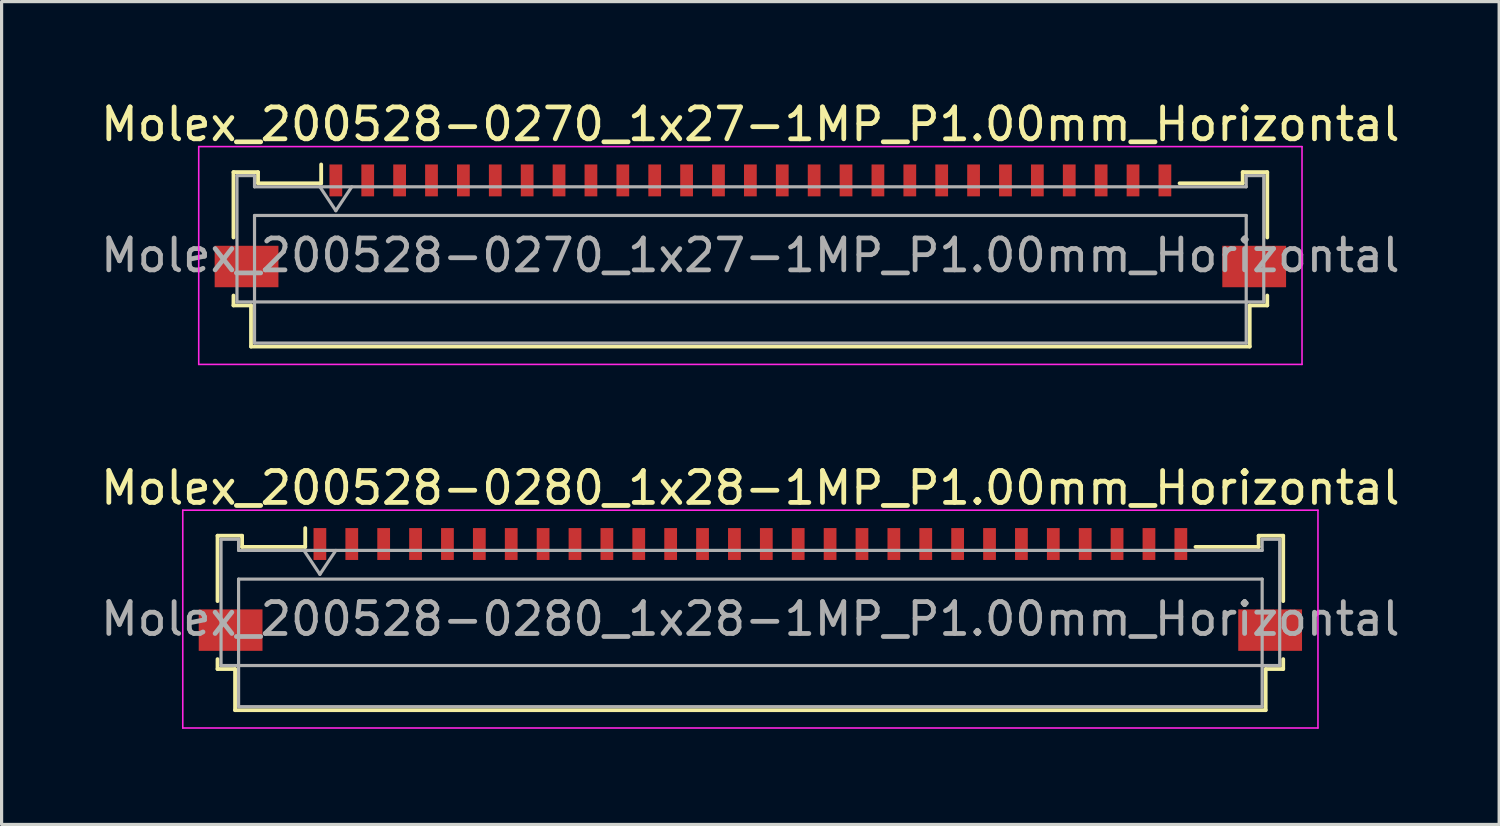
<source format=kicad_pcb>
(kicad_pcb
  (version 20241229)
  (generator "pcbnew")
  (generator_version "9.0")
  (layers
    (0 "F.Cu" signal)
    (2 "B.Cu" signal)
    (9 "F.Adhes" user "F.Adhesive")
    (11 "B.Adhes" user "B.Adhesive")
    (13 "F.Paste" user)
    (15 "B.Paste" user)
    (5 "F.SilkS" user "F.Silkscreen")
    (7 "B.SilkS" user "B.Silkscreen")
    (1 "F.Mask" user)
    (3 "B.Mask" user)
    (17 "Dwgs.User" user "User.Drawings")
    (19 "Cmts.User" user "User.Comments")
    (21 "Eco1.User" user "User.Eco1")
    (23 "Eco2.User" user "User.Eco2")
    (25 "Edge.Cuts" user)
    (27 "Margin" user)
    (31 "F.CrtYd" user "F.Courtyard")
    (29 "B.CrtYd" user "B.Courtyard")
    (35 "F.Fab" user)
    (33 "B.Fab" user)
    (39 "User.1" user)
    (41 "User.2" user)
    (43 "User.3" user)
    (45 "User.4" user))
  (footprint "Molex_200528-0280_1x28-1MP_P1.00mm_Horizontal"
    (layer "F.Cu")
    (at 20.482 14.921)
    (property "Reference" "Molex_200528-0280_1x28-1MP_P1.00mm_Horizontal" (at 0 -2.67 0) (layer "F.SilkS") (effects (font (size 1 1) (thickness 0.15))))
    (attr smd)
    (fp_line (start -16.71 -1.17) (end -16.71 0.88) (stroke (width 0.12) (type solid)) (layer "F.SilkS"))
    (fp_line (start -16.71 2.7) (end -16.71 3.01) (stroke (width 0.12) (type solid)) (layer "F.SilkS"))
    (fp_line (start -16.71 3.01) (end -16.16 3.01) (stroke (width 0.12) (type solid)) (layer "F.SilkS"))
    (fp_line (start -16.16 3.01) (end -16.16 4.3) (stroke (width 0.12) (type solid)) (layer "F.SilkS"))
    (fp_line (start -16.16 4.3) (end 16.16 4.3) (stroke (width 0.12) (type solid)) (layer "F.SilkS"))
    (fp_line (start -15.94 -1.17) (end -16.71 -1.17) (stroke (width 0.12) (type solid)) (layer "F.SilkS"))
    (fp_line (start -15.94 -0.82) (end -15.94 -1.17) (stroke (width 0.12) (type solid)) (layer "F.SilkS"))
    (fp_line (start -13.96 -1.41) (end -13.96 -0.82) (stroke (width 0.12) (type solid)) (layer "F.SilkS"))
    (fp_line (start -13.96 -0.82) (end -15.94 -0.82) (stroke (width 0.12) (type solid)) (layer "F.SilkS"))
    (fp_line (start 15.94 -1.17) (end 15.94 -0.82) (stroke (width 0.12) (type solid)) (layer "F.SilkS"))
    (fp_line (start 15.94 -0.82) (end 13.96 -0.82) (stroke (width 0.12) (type solid)) (layer "F.SilkS"))
    (fp_line (start 16.16 3.01) (end 16.71 3.01) (stroke (width 0.12) (type solid)) (layer "F.SilkS"))
    (fp_line (start 16.16 4.3) (end 16.16 3.01) (stroke (width 0.12) (type solid)) (layer "F.SilkS"))
    (fp_line (start 16.71 -1.17) (end 15.94 -1.17) (stroke (width 0.12) (type solid)) (layer "F.SilkS"))
    (fp_line (start 16.71 0.88) (end 16.71 -1.17) (stroke (width 0.12) (type solid)) (layer "F.SilkS"))
    (fp_line (start 16.71 3.01) (end 16.71 2.7) (stroke (width 0.12) (type solid)) (layer "F.SilkS"))
    (fp_line (start -17.8 -1.97) (end -17.8 4.86) (stroke (width 0.05) (type solid)) (layer "F.CrtYd"))
    (fp_line (start -17.8 4.86) (end 17.8 4.86) (stroke (width 0.05) (type solid)) (layer "F.CrtYd"))
    (fp_line (start 17.8 -1.97) (end -17.8 -1.97) (stroke (width 0.05) (type solid)) (layer "F.CrtYd"))
    (fp_line (start 17.8 4.86) (end 17.8 -1.97) (stroke (width 0.05) (type solid)) (layer "F.CrtYd"))
    (fp_line (start -16.6 -1.06) (end -16.6 2.9) (stroke (width 0.1) (type solid)) (layer "F.Fab"))
    (fp_line (start -16.6 2.9) (end 16.6 2.9) (stroke (width 0.1) (type solid)) (layer "F.Fab"))
    (fp_line (start -16.05 -1.06) (end -16.6 -1.06) (stroke (width 0.1) (type solid)) (layer "F.Fab"))
    (fp_line (start -16.05 -0.71) (end -16.05 -1.06) (stroke (width 0.1) (type solid)) (layer "F.Fab"))
    (fp_line (start -16.05 0.19) (end -16.05 4.19) (stroke (width 0.1) (type solid)) (layer "F.Fab"))
    (fp_line (start -16.05 4.19) (end 16.05 4.19) (stroke (width 0.1) (type solid)) (layer "F.Fab"))
    (fp_line (start -14 -0.71) (end -13.5 0.04) (stroke (width 0.1) (type solid)) (layer "F.Fab"))
    (fp_line (start -13.5 0.04) (end -13 -0.71) (stroke (width 0.1) (type solid)) (layer "F.Fab"))
    (fp_line (start 16.05 -1.06) (end 16.05 -0.71) (stroke (width 0.1) (type solid)) (layer "F.Fab"))
    (fp_line (start 16.05 -0.71) (end -16.05 -0.71) (stroke (width 0.1) (type solid)) (layer "F.Fab"))
    (fp_line (start 16.05 0.19) (end -16.05 0.19) (stroke (width 0.1) (type solid)) (layer "F.Fab"))
    (fp_line (start 16.05 4.19) (end 16.05 0.19) (stroke (width 0.1) (type solid)) (layer "F.Fab"))
    (fp_line (start 16.6 -1.06) (end 16.05 -1.06) (stroke (width 0.1) (type solid)) (layer "F.Fab"))
    (fp_line (start 16.6 2.9) (end 16.6 -1.06) (stroke (width 0.1) (type solid)) (layer "F.Fab"))
    (fp_text user "${REFERENCE}" (at 0 1.44 0) (layer "F.Fab") (effects (font (size 1 1) (thickness 0.15))))
    (pad "1" smd rect (at -13.5 -0.91) (size 0.4 1) (layers "F.Cu" "F.Mask" "F.Paste"))
    (pad "2" smd rect (at -12.5 -0.91) (size 0.4 1) (layers "F.Cu" "F.Mask" "F.Paste"))
    (pad "3" smd rect (at -11.5 -0.91) (size 0.4 1) (layers "F.Cu" "F.Mask" "F.Paste"))
    (pad "4" smd rect (at -10.5 -0.91) (size 0.4 1) (layers "F.Cu" "F.Mask" "F.Paste"))
    (pad "5" smd rect (at -9.5 -0.91) (size 0.4 1) (layers "F.Cu" "F.Mask" "F.Paste"))
    (pad "6" smd rect (at -8.5 -0.91) (size 0.4 1) (layers "F.Cu" "F.Mask" "F.Paste"))
    (pad "7" smd rect (at -7.5 -0.91) (size 0.4 1) (layers "F.Cu" "F.Mask" "F.Paste"))
    (pad "8" smd rect (at -6.5 -0.91) (size 0.4 1) (layers "F.Cu" "F.Mask" "F.Paste"))
    (pad "9" smd rect (at -5.5 -0.91) (size 0.4 1) (layers "F.Cu" "F.Mask" "F.Paste"))
    (pad "10" smd rect (at -4.5 -0.91) (size 0.4 1) (layers "F.Cu" "F.Mask" "F.Paste"))
    (pad "11" smd rect (at -3.5 -0.91) (size 0.4 1) (layers "F.Cu" "F.Mask" "F.Paste"))
    (pad "12" smd rect (at -2.5 -0.91) (size 0.4 1) (layers "F.Cu" "F.Mask" "F.Paste"))
    (pad "13" smd rect (at -1.5 -0.91) (size 0.4 1) (layers "F.Cu" "F.Mask" "F.Paste"))
    (pad "14" smd rect (at -0.5 -0.91) (size 0.4 1) (layers "F.Cu" "F.Mask" "F.Paste"))
    (pad "15" smd rect (at 0.5 -0.91) (size 0.4 1) (layers "F.Cu" "F.Mask" "F.Paste"))
    (pad "16" smd rect (at 1.5 -0.91) (size 0.4 1) (layers "F.Cu" "F.Mask" "F.Paste"))
    (pad "17" smd rect (at 2.5 -0.91) (size 0.4 1) (layers "F.Cu" "F.Mask" "F.Paste"))
    (pad "18" smd rect (at 3.5 -0.91) (size 0.4 1) (layers "F.Cu" "F.Mask" "F.Paste"))
    (pad "19" smd rect (at 4.5 -0.91) (size 0.4 1) (layers "F.Cu" "F.Mask" "F.Paste"))
    (pad "20" smd rect (at 5.5 -0.91) (size 0.4 1) (layers "F.Cu" "F.Mask" "F.Paste"))
    (pad "21" smd rect (at 6.5 -0.91) (size 0.4 1) (layers "F.Cu" "F.Mask" "F.Paste"))
    (pad "22" smd rect (at 7.5 -0.91) (size 0.4 1) (layers "F.Cu" "F.Mask" "F.Paste"))
    (pad "23" smd rect (at 8.5 -0.91) (size 0.4 1) (layers "F.Cu" "F.Mask" "F.Paste"))
    (pad "24" smd rect (at 9.5 -0.91) (size 0.4 1) (layers "F.Cu" "F.Mask" "F.Paste"))
    (pad "25" smd rect (at 10.5 -0.91) (size 0.4 1) (layers "F.Cu" "F.Mask" "F.Paste"))
    (pad "26" smd rect (at 11.5 -0.91) (size 0.4 1) (layers "F.Cu" "F.Mask" "F.Paste"))
    (pad "27" smd rect (at 12.5 -0.91) (size 0.4 1) (layers "F.Cu" "F.Mask" "F.Paste"))
    (pad "28" smd rect (at 13.5 -0.91) (size 0.4 1) (layers "F.Cu" "F.Mask" "F.Paste"))
    (pad "MP" smd rect (at -16.3 1.79) (size 2 1.3) (layers "F.Cu" "F.Mask" "F.Paste"))
    (pad "MP" smd rect (at 16.3 1.79) (size 2 1.3) (layers "F.Cu" "F.Mask" "F.Paste")))
  (footprint "Molex_200528-0270_1x27-1MP_P1.00mm_Horizontal"
    (layer "F.Cu")
    (at 20.482 3.518)
    (property "Reference" "Molex_200528-0270_1x27-1MP_P1.00mm_Horizontal" (at 0 -2.67 0) (layer "F.SilkS") (effects (font (size 1 1) (thickness 0.15))))
    (attr smd)
    (fp_line (start -16.21 -1.17) (end -16.21 0.88) (stroke (width 0.12) (type solid)) (layer "F.SilkS"))
    (fp_line (start -16.21 2.7) (end -16.21 3.01) (stroke (width 0.12) (type solid)) (layer "F.SilkS"))
    (fp_line (start -16.21 3.01) (end -15.66 3.01) (stroke (width 0.12) (type solid)) (layer "F.SilkS"))
    (fp_line (start -15.66 3.01) (end -15.66 4.3) (stroke (width 0.12) (type solid)) (layer "F.SilkS"))
    (fp_line (start -15.66 4.3) (end 15.66 4.3) (stroke (width 0.12) (type solid)) (layer "F.SilkS"))
    (fp_line (start -15.44 -1.17) (end -16.21 -1.17) (stroke (width 0.12) (type solid)) (layer "F.SilkS"))
    (fp_line (start -15.44 -0.82) (end -15.44 -1.17) (stroke (width 0.12) (type solid)) (layer "F.SilkS"))
    (fp_line (start -13.46 -1.41) (end -13.46 -0.82) (stroke (width 0.12) (type solid)) (layer "F.SilkS"))
    (fp_line (start -13.46 -0.82) (end -15.44 -0.82) (stroke (width 0.12) (type solid)) (layer "F.SilkS"))
    (fp_line (start 15.44 -1.17) (end 15.44 -0.82) (stroke (width 0.12) (type solid)) (layer "F.SilkS"))
    (fp_line (start 15.44 -0.82) (end 13.46 -0.82) (stroke (width 0.12) (type solid)) (layer "F.SilkS"))
    (fp_line (start 15.66 3.01) (end 16.21 3.01) (stroke (width 0.12) (type solid)) (layer "F.SilkS"))
    (fp_line (start 15.66 4.3) (end 15.66 3.01) (stroke (width 0.12) (type solid)) (layer "F.SilkS"))
    (fp_line (start 16.21 -1.17) (end 15.44 -1.17) (stroke (width 0.12) (type solid)) (layer "F.SilkS"))
    (fp_line (start 16.21 0.88) (end 16.21 -1.17) (stroke (width 0.12) (type solid)) (layer "F.SilkS"))
    (fp_line (start 16.21 3.01) (end 16.21 2.7) (stroke (width 0.12) (type solid)) (layer "F.SilkS"))
    (fp_line (start -17.3 -1.97) (end -17.3 4.86) (stroke (width 0.05) (type solid)) (layer "F.CrtYd"))
    (fp_line (start -17.3 4.86) (end 17.3 4.86) (stroke (width 0.05) (type solid)) (layer "F.CrtYd"))
    (fp_line (start 17.3 -1.97) (end -17.3 -1.97) (stroke (width 0.05) (type solid)) (layer "F.CrtYd"))
    (fp_line (start 17.3 4.86) (end 17.3 -1.97) (stroke (width 0.05) (type solid)) (layer "F.CrtYd"))
    (fp_line (start -16.1 -1.06) (end -16.1 2.9) (stroke (width 0.1) (type solid)) (layer "F.Fab"))
    (fp_line (start -16.1 2.9) (end 16.1 2.9) (stroke (width 0.1) (type solid)) (layer "F.Fab"))
    (fp_line (start -15.55 -1.06) (end -16.1 -1.06) (stroke (width 0.1) (type solid)) (layer "F.Fab"))
    (fp_line (start -15.55 -0.71) (end -15.55 -1.06) (stroke (width 0.1) (type solid)) (layer "F.Fab"))
    (fp_line (start -15.55 0.19) (end -15.55 4.19) (stroke (width 0.1) (type solid)) (layer "F.Fab"))
    (fp_line (start -15.55 4.19) (end 15.55 4.19) (stroke (width 0.1) (type solid)) (layer "F.Fab"))
    (fp_line (start -13.5 -0.71) (end -13 0.04) (stroke (width 0.1) (type solid)) (layer "F.Fab"))
    (fp_line (start -13 0.04) (end -12.5 -0.71) (stroke (width 0.1) (type solid)) (layer "F.Fab"))
    (fp_line (start 15.55 -1.06) (end 15.55 -0.71) (stroke (width 0.1) (type solid)) (layer "F.Fab"))
    (fp_line (start 15.55 -0.71) (end -15.55 -0.71) (stroke (width 0.1) (type solid)) (layer "F.Fab"))
    (fp_line (start 15.55 0.19) (end -15.55 0.19) (stroke (width 0.1) (type solid)) (layer "F.Fab"))
    (fp_line (start 15.55 4.19) (end 15.55 0.19) (stroke (width 0.1) (type solid)) (layer "F.Fab"))
    (fp_line (start 16.1 -1.06) (end 15.55 -1.06) (stroke (width 0.1) (type solid)) (layer "F.Fab"))
    (fp_line (start 16.1 2.9) (end 16.1 -1.06) (stroke (width 0.1) (type solid)) (layer "F.Fab"))
    (fp_text user "${REFERENCE}" (at 0 1.44 0) (layer "F.Fab") (effects (font (size 1 1) (thickness 0.15))))
    (pad "1" smd rect (at -13 -0.91) (size 0.4 1) (layers "F.Cu" "F.Mask" "F.Paste"))
    (pad "2" smd rect (at -12 -0.91) (size 0.4 1) (layers "F.Cu" "F.Mask" "F.Paste"))
    (pad "3" smd rect (at -11 -0.91) (size 0.4 1) (layers "F.Cu" "F.Mask" "F.Paste"))
    (pad "4" smd rect (at -10 -0.91) (size 0.4 1) (layers "F.Cu" "F.Mask" "F.Paste"))
    (pad "5" smd rect (at -9 -0.91) (size 0.4 1) (layers "F.Cu" "F.Mask" "F.Paste"))
    (pad "6" smd rect (at -8 -0.91) (size 0.4 1) (layers "F.Cu" "F.Mask" "F.Paste"))
    (pad "7" smd rect (at -7 -0.91) (size 0.4 1) (layers "F.Cu" "F.Mask" "F.Paste"))
    (pad "8" smd rect (at -6 -0.91) (size 0.4 1) (layers "F.Cu" "F.Mask" "F.Paste"))
    (pad "9" smd rect (at -5 -0.91) (size 0.4 1) (layers "F.Cu" "F.Mask" "F.Paste"))
    (pad "10" smd rect (at -4 -0.91) (size 0.4 1) (layers "F.Cu" "F.Mask" "F.Paste"))
    (pad "11" smd rect (at -3 -0.91) (size 0.4 1) (layers "F.Cu" "F.Mask" "F.Paste"))
    (pad "12" smd rect (at -2 -0.91) (size 0.4 1) (layers "F.Cu" "F.Mask" "F.Paste"))
    (pad "13" smd rect (at -1 -0.91) (size 0.4 1) (layers "F.Cu" "F.Mask" "F.Paste"))
    (pad "14" smd rect (at 0 -0.91) (size 0.4 1) (layers "F.Cu" "F.Mask" "F.Paste"))
    (pad "15" smd rect (at 1 -0.91) (size 0.4 1) (layers "F.Cu" "F.Mask" "F.Paste"))
    (pad "16" smd rect (at 2 -0.91) (size 0.4 1) (layers "F.Cu" "F.Mask" "F.Paste"))
    (pad "17" smd rect (at 3 -0.91) (size 0.4 1) (layers "F.Cu" "F.Mask" "F.Paste"))
    (pad "18" smd rect (at 4 -0.91) (size 0.4 1) (layers "F.Cu" "F.Mask" "F.Paste"))
    (pad "19" smd rect (at 5 -0.91) (size 0.4 1) (layers "F.Cu" "F.Mask" "F.Paste"))
    (pad "20" smd rect (at 6 -0.91) (size 0.4 1) (layers "F.Cu" "F.Mask" "F.Paste"))
    (pad "21" smd rect (at 7 -0.91) (size 0.4 1) (layers "F.Cu" "F.Mask" "F.Paste"))
    (pad "22" smd rect (at 8 -0.91) (size 0.4 1) (layers "F.Cu" "F.Mask" "F.Paste"))
    (pad "23" smd rect (at 9 -0.91) (size 0.4 1) (layers "F.Cu" "F.Mask" "F.Paste"))
    (pad "24" smd rect (at 10 -0.91) (size 0.4 1) (layers "F.Cu" "F.Mask" "F.Paste"))
    (pad "25" smd rect (at 11 -0.91) (size 0.4 1) (layers "F.Cu" "F.Mask" "F.Paste"))
    (pad "26" smd rect (at 12 -0.91) (size 0.4 1) (layers "F.Cu" "F.Mask" "F.Paste"))
    (pad "27" smd rect (at 13 -0.91) (size 0.4 1) (layers "F.Cu" "F.Mask" "F.Paste"))
    (pad "MP" smd rect (at -15.8 1.79) (size 2 1.3) (layers "F.Cu" "F.Mask" "F.Paste"))
    (pad "MP" smd rect (at 15.8 1.79) (size 2 1.3) (layers "F.Cu" "F.Mask" "F.Paste")))
  (gr_rect
    (start -3 -3)
    (end 43.964 22.806)
    (stroke (width 0.1) (type default))
    (fill no)
    (layer "Edge.Cuts")))
</source>
